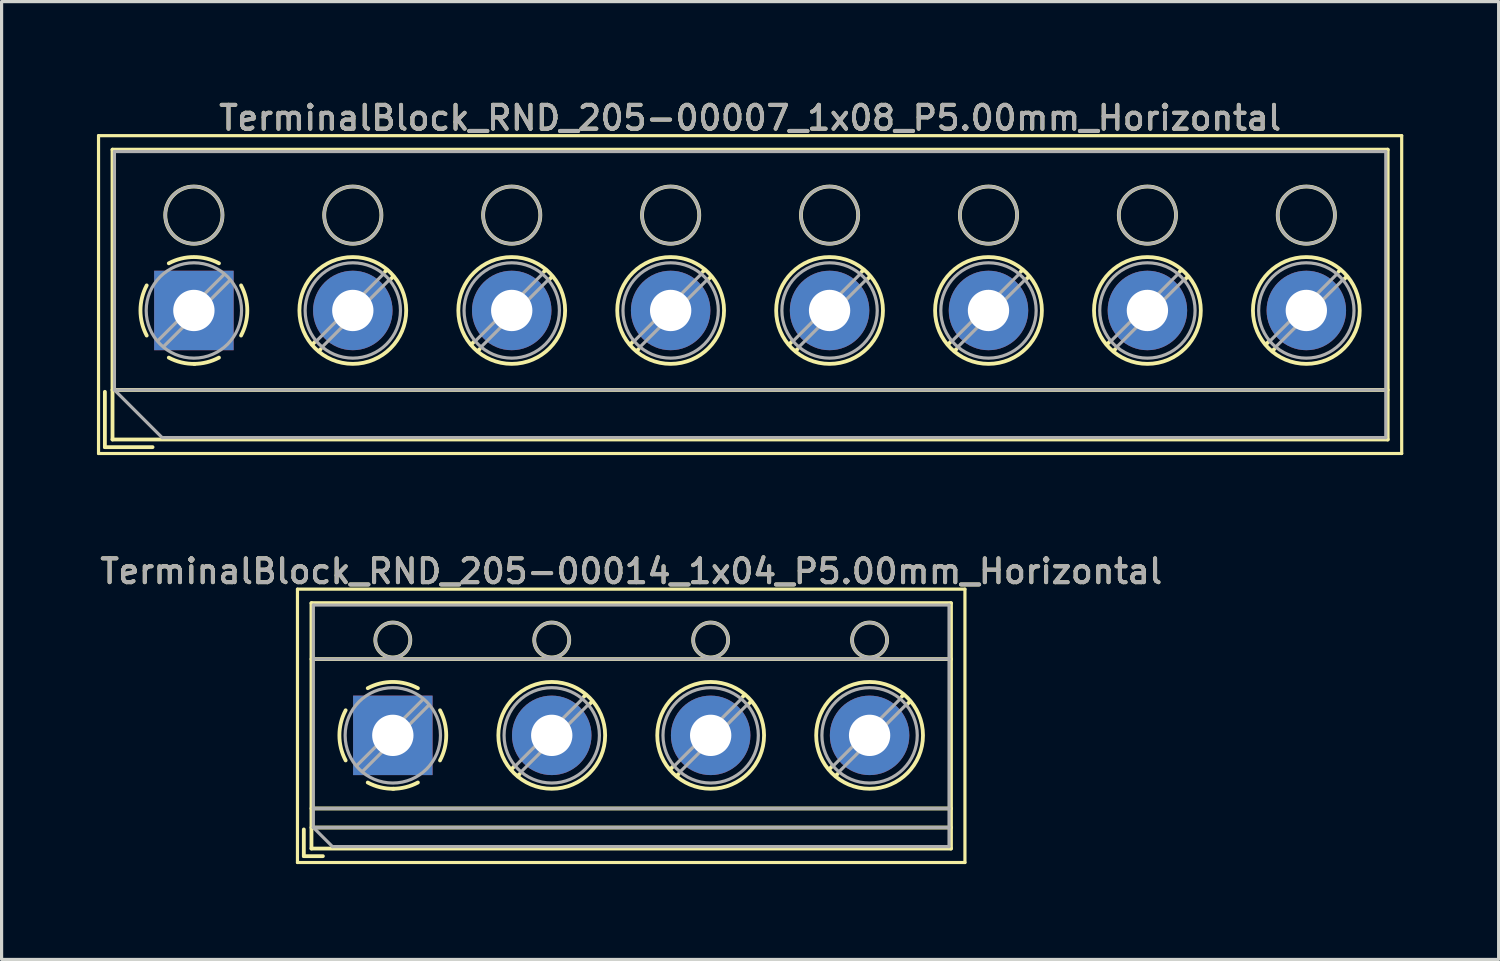
<source format=kicad_pcb>
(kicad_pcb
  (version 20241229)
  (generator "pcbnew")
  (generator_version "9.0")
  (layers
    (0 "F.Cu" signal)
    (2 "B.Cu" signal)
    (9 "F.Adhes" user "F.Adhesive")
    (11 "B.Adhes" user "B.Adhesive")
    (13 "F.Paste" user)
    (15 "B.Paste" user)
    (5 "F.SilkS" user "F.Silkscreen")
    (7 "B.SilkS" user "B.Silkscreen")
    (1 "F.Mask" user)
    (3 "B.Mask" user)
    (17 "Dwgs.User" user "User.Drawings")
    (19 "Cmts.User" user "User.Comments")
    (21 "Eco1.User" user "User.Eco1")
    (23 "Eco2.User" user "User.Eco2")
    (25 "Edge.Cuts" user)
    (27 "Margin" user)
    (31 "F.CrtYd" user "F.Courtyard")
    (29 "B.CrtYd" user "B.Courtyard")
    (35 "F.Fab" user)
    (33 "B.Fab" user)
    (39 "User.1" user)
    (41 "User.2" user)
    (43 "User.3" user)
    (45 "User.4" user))
  (footprint "TerminalBlock_RND_205-00014_1x04_P5.00mm_Horizontal"
    (layer "F.Cu")
    (at 9.309 20.086)
    (property "Reference" "TerminalBlock_RND_205-00014_1x04_P5.00mm_Horizontal" (at 7.5 -5.16 0) (layer "F.SilkS") (effects (font (size 0.75 0.75) (thickness 0.125))))
    (attr through_hole)
    (fp_line (start -3 -4.6) (end -3 4) (stroke (width 0.1) (type solid)) (layer "F.SilkS"))
    (fp_line (start -3 4) (end 18 4) (stroke (width 0.1) (type solid)) (layer "F.SilkS"))
    (fp_line (start -2.8 2.96) (end -2.8 3.8) (stroke (width 0.12) (type solid)) (layer "F.SilkS"))
    (fp_line (start -2.8 3.8) (end -2.2 3.8) (stroke (width 0.12) (type solid)) (layer "F.SilkS"))
    (fp_line (start -2.56 -4.16) (end -2.56 3.561) (stroke (width 0.12) (type solid)) (layer "F.SilkS"))
    (fp_line (start -2.56 -4.16) (end 17.561 -4.16) (stroke (width 0.12) (type solid)) (layer "F.SilkS"))
    (fp_line (start -2.56 -2.4) (end 17.561 -2.4) (stroke (width 0.12) (type solid)) (layer "F.SilkS"))
    (fp_line (start -2.56 2.3) (end 17.561 2.3) (stroke (width 0.12) (type solid)) (layer "F.SilkS"))
    (fp_line (start -2.56 2.9) (end 17.561 2.9) (stroke (width 0.12) (type solid)) (layer "F.SilkS"))
    (fp_line (start -2.56 3.561) (end 17.561 3.561) (stroke (width 0.12) (type solid)) (layer "F.SilkS"))
    (fp_line (start 3.82 0.976) (end 3.726 1.069) (stroke (width 0.12) (type solid)) (layer "F.SilkS"))
    (fp_line (start 3.99 1.216) (end 3.931 1.274) (stroke (width 0.12) (type solid)) (layer "F.SilkS"))
    (fp_line (start 6.07 -1.275) (end 6.011 -1.216) (stroke (width 0.12) (type solid)) (layer "F.SilkS"))
    (fp_line (start 6.275 -1.069) (end 6.181 -0.976) (stroke (width 0.12) (type solid)) (layer "F.SilkS"))
    (fp_line (start 8.82 0.976) (end 8.726 1.069) (stroke (width 0.12) (type solid)) (layer "F.SilkS"))
    (fp_line (start 8.99 1.216) (end 8.931 1.274) (stroke (width 0.12) (type solid)) (layer "F.SilkS"))
    (fp_line (start 11.07 -1.275) (end 11.011 -1.216) (stroke (width 0.12) (type solid)) (layer "F.SilkS"))
    (fp_line (start 11.275 -1.069) (end 11.181 -0.976) (stroke (width 0.12) (type solid)) (layer "F.SilkS"))
    (fp_line (start 13.82 0.976) (end 13.726 1.069) (stroke (width 0.12) (type solid)) (layer "F.SilkS"))
    (fp_line (start 13.99 1.216) (end 13.931 1.274) (stroke (width 0.12) (type solid)) (layer "F.SilkS"))
    (fp_line (start 16.07 -1.275) (end 16.011 -1.216) (stroke (width 0.12) (type solid)) (layer "F.SilkS"))
    (fp_line (start 16.275 -1.069) (end 16.181 -0.976) (stroke (width 0.12) (type solid)) (layer "F.SilkS"))
    (fp_line (start 17.561 -4.16) (end 17.561 3.561) (stroke (width 0.12) (type solid)) (layer "F.SilkS"))
    (fp_line (start 18 -4.6) (end -3 -4.6) (stroke (width 0.1) (type solid)) (layer "F.SilkS"))
    (fp_line (start 18 4) (end 18 -4.6) (stroke (width 0.1) (type solid)) (layer "F.SilkS"))
    (fp_arc (start -1.483953 0.789089) (mid -1.680708 0.00005) (end -1.484 -0.789) (stroke (width 0.12) (type solid)) (layer "F.SilkS"))
    (fp_arc (start -0.789089 -1.483953) (mid -0.00005 -1.680708) (end 0.789 -1.484) (stroke (width 0.12) (type solid)) (layer "F.SilkS"))
    (fp_arc (start 0.029383 1.68045) (mid -0.392304 1.634281) (end -0.789 1.484) (stroke (width 0.12) (type solid)) (layer "F.SilkS"))
    (fp_arc (start 0.788712 1.483352) (mid 0.406429 1.630097) (end 0 1.68) (stroke (width 0.12) (type solid)) (layer "F.SilkS"))
    (fp_arc (start 1.483953 -0.789089) (mid 1.680708 -0.00005) (end 1.484 0.789) (stroke (width 0.12) (type solid)) (layer "F.SilkS"))
    (fp_circle (center 0 -3) (end 0.55 -3) (stroke (width 0.12) (type solid)) (fill no) (layer "F.SilkS"))
    (fp_circle (center 5 -3) (end 5.55 -3) (stroke (width 0.12) (type solid)) (fill no) (layer "F.SilkS"))
    (fp_circle (center 5 0) (end 6.68 0) (stroke (width 0.12) (type solid)) (fill no) (layer "F.SilkS"))
    (fp_circle (center 10 -3) (end 10.55 -3) (stroke (width 0.12) (type solid)) (fill no) (layer "F.SilkS"))
    (fp_circle (center 10 0) (end 11.68 0) (stroke (width 0.12) (type solid)) (fill no) (layer "F.SilkS"))
    (fp_circle (center 15 -3) (end 15.55 -3) (stroke (width 0.12) (type solid)) (fill no) (layer "F.SilkS"))
    (fp_circle (center 15 0) (end 16.68 0) (stroke (width 0.12) (type solid)) (fill no) (layer "F.SilkS"))
    (fp_line (start -2.5 -4.1) (end 17.5 -4.1) (stroke (width 0.1) (type solid)) (layer "F.Fab"))
    (fp_line (start -2.5 -2.4) (end 17.5 -2.4) (stroke (width 0.1) (type solid)) (layer "F.Fab"))
    (fp_line (start -2.5 2.3) (end 17.5 2.3) (stroke (width 0.1) (type solid)) (layer "F.Fab"))
    (fp_line (start -2.5 2.9) (end -2.5 -4.1) (stroke (width 0.1) (type solid)) (layer "F.Fab"))
    (fp_line (start -2.5 2.9) (end 17.5 2.9) (stroke (width 0.1) (type solid)) (layer "F.Fab"))
    (fp_line (start -1.9 3.5) (end -2.5 2.9) (stroke (width 0.1) (type solid)) (layer "F.Fab"))
    (fp_line (start 0.955 -1.138) (end -1.138 0.955) (stroke (width 0.1) (type solid)) (layer "F.Fab"))
    (fp_line (start 1.138 -0.955) (end -0.955 1.138) (stroke (width 0.1) (type solid)) (layer "F.Fab"))
    (fp_line (start 5.955 -1.138) (end 3.863 0.955) (stroke (width 0.1) (type solid)) (layer "F.Fab"))
    (fp_line (start 6.138 -0.955) (end 4.046 1.138) (stroke (width 0.1) (type solid)) (layer "F.Fab"))
    (fp_line (start 10.955 -1.138) (end 8.863 0.955) (stroke (width 0.1) (type solid)) (layer "F.Fab"))
    (fp_line (start 11.138 -0.955) (end 9.046 1.138) (stroke (width 0.1) (type solid)) (layer "F.Fab"))
    (fp_line (start 15.955 -1.138) (end 13.863 0.955) (stroke (width 0.1) (type solid)) (layer "F.Fab"))
    (fp_line (start 16.138 -0.955) (end 14.046 1.138) (stroke (width 0.1) (type solid)) (layer "F.Fab"))
    (fp_line (start 17.5 -4.1) (end 17.5 3.5) (stroke (width 0.1) (type solid)) (layer "F.Fab"))
    (fp_line (start 17.5 3.5) (end -1.9 3.5) (stroke (width 0.1) (type solid)) (layer "F.Fab"))
    (fp_circle (center 0 -3) (end 0.55 -3) (stroke (width 0.1) (type solid)) (fill no) (layer "F.Fab"))
    (fp_circle (center 0 0) (end 1.5 0) (stroke (width 0.1) (type solid)) (fill no) (layer "F.Fab"))
    (fp_circle (center 5 -3) (end 5.55 -3) (stroke (width 0.1) (type solid)) (fill no) (layer "F.Fab"))
    (fp_circle (center 5 0) (end 6.5 0) (stroke (width 0.1) (type solid)) (fill no) (layer "F.Fab"))
    (fp_circle (center 10 -3) (end 10.55 -3) (stroke (width 0.1) (type solid)) (fill no) (layer "F.Fab"))
    (fp_circle (center 10 0) (end 11.5 0) (stroke (width 0.1) (type solid)) (fill no) (layer "F.Fab"))
    (fp_circle (center 15 -3) (end 15.55 -3) (stroke (width 0.1) (type solid)) (fill no) (layer "F.Fab"))
    (fp_circle (center 15 0) (end 16.5 0) (stroke (width 0.1) (type solid)) (fill no) (layer "F.Fab"))
    (fp_text user "${REFERENCE}" (at 7.5 -5.16 0) (layer "F.Fab") (effects (font (size 0.75 0.75) (thickness 0.125))))
    (pad "1" thru_hole rect (at 0 0) (size 2.5 2.5) (drill 1.3) (layers "*.Cu" "*.Mask"))
    (pad "2" thru_hole circle (at 5 0) (size 2.5 2.5) (drill 1.3) (layers "*.Cu" "*.Mask"))
    (pad "3" thru_hole circle (at 10 0) (size 2.5 2.5) (drill 1.3) (layers "*.Cu" "*.Mask"))
    (pad "4" thru_hole circle (at 15 0) (size 2.5 2.5) (drill 1.3) (layers "*.Cu" "*.Mask")))
  (footprint "TerminalBlock_RND_205-00007_1x08_P5.00mm_Horizontal"
    (layer "F.Cu")
    (at 3.05 6.718)
    (property "Reference" "TerminalBlock_RND_205-00007_1x08_P5.00mm_Horizontal" (at 17.5 -6.06 0) (layer "F.SilkS") (effects (font (size 0.75 0.75) (thickness 0.125))))
    (attr through_hole)
    (fp_line (start -3 -5.5) (end -3 4.5) (stroke (width 0.1) (type solid)) (layer "F.SilkS"))
    (fp_line (start -3 4.5) (end 38 4.5) (stroke (width 0.1) (type solid)) (layer "F.SilkS"))
    (fp_line (start -2.8 2.56) (end -2.8 4.3) (stroke (width 0.12) (type solid)) (layer "F.SilkS"))
    (fp_line (start -2.8 4.3) (end -1.3 4.3) (stroke (width 0.12) (type solid)) (layer "F.SilkS"))
    (fp_line (start -2.56 -5.06) (end -2.56 4.06) (stroke (width 0.12) (type solid)) (layer "F.SilkS"))
    (fp_line (start -2.56 -5.06) (end 37.56 -5.06) (stroke (width 0.12) (type solid)) (layer "F.SilkS"))
    (fp_line (start -2.56 2.5) (end 37.56 2.5) (stroke (width 0.12) (type solid)) (layer "F.SilkS"))
    (fp_line (start -2.56 4.06) (end 37.56 4.06) (stroke (width 0.12) (type solid)) (layer "F.SilkS"))
    (fp_line (start 3.82 0.976) (end 3.726 1.069) (stroke (width 0.12) (type solid)) (layer "F.SilkS"))
    (fp_line (start 3.99 1.216) (end 3.931 1.274) (stroke (width 0.12) (type solid)) (layer "F.SilkS"))
    (fp_line (start 6.07 -1.275) (end 6.011 -1.216) (stroke (width 0.12) (type solid)) (layer "F.SilkS"))
    (fp_line (start 6.275 -1.069) (end 6.181 -0.976) (stroke (width 0.12) (type solid)) (layer "F.SilkS"))
    (fp_line (start 8.82 0.976) (end 8.726 1.069) (stroke (width 0.12) (type solid)) (layer "F.SilkS"))
    (fp_line (start 8.99 1.216) (end 8.931 1.274) (stroke (width 0.12) (type solid)) (layer "F.SilkS"))
    (fp_line (start 11.07 -1.275) (end 11.011 -1.216) (stroke (width 0.12) (type solid)) (layer "F.SilkS"))
    (fp_line (start 11.275 -1.069) (end 11.181 -0.976) (stroke (width 0.12) (type solid)) (layer "F.SilkS"))
    (fp_line (start 13.82 0.976) (end 13.726 1.069) (stroke (width 0.12) (type solid)) (layer "F.SilkS"))
    (fp_line (start 13.99 1.216) (end 13.931 1.274) (stroke (width 0.12) (type solid)) (layer "F.SilkS"))
    (fp_line (start 16.07 -1.275) (end 16.011 -1.216) (stroke (width 0.12) (type solid)) (layer "F.SilkS"))
    (fp_line (start 16.275 -1.069) (end 16.181 -0.976) (stroke (width 0.12) (type solid)) (layer "F.SilkS"))
    (fp_line (start 18.82 0.976) (end 18.726 1.069) (stroke (width 0.12) (type solid)) (layer "F.SilkS"))
    (fp_line (start 18.99 1.216) (end 18.931 1.274) (stroke (width 0.12) (type solid)) (layer "F.SilkS"))
    (fp_line (start 21.07 -1.275) (end 21.011 -1.216) (stroke (width 0.12) (type solid)) (layer "F.SilkS"))
    (fp_line (start 21.275 -1.069) (end 21.181 -0.976) (stroke (width 0.12) (type solid)) (layer "F.SilkS"))
    (fp_line (start 23.82 0.976) (end 23.726 1.069) (stroke (width 0.12) (type solid)) (layer "F.SilkS"))
    (fp_line (start 23.99 1.216) (end 23.931 1.274) (stroke (width 0.12) (type solid)) (layer "F.SilkS"))
    (fp_line (start 26.07 -1.275) (end 26.011 -1.216) (stroke (width 0.12) (type solid)) (layer "F.SilkS"))
    (fp_line (start 26.275 -1.069) (end 26.181 -0.976) (stroke (width 0.12) (type solid)) (layer "F.SilkS"))
    (fp_line (start 28.82 0.976) (end 28.726 1.069) (stroke (width 0.12) (type solid)) (layer "F.SilkS"))
    (fp_line (start 28.99 1.216) (end 28.931 1.274) (stroke (width 0.12) (type solid)) (layer "F.SilkS"))
    (fp_line (start 31.07 -1.275) (end 31.011 -1.216) (stroke (width 0.12) (type solid)) (layer "F.SilkS"))
    (fp_line (start 31.275 -1.069) (end 31.181 -0.976) (stroke (width 0.12) (type solid)) (layer "F.SilkS"))
    (fp_line (start 33.82 0.976) (end 33.726 1.069) (stroke (width 0.12) (type solid)) (layer "F.SilkS"))
    (fp_line (start 33.99 1.216) (end 33.931 1.274) (stroke (width 0.12) (type solid)) (layer "F.SilkS"))
    (fp_line (start 36.07 -1.275) (end 36.011 -1.216) (stroke (width 0.12) (type solid)) (layer "F.SilkS"))
    (fp_line (start 36.275 -1.069) (end 36.181 -0.976) (stroke (width 0.12) (type solid)) (layer "F.SilkS"))
    (fp_line (start 37.56 -5.06) (end 37.56 4.06) (stroke (width 0.12) (type solid)) (layer "F.SilkS"))
    (fp_line (start 38 -5.5) (end -3 -5.5) (stroke (width 0.1) (type solid)) (layer "F.SilkS"))
    (fp_line (start 38 4.5) (end 38 -5.5) (stroke (width 0.1) (type solid)) (layer "F.SilkS"))
    (fp_arc (start -1.483953 0.789089) (mid -1.680708 0.00005) (end -1.484 -0.789) (stroke (width 0.12) (type solid)) (layer "F.SilkS"))
    (fp_arc (start -0.789089 -1.483953) (mid -0.00005 -1.680708) (end 0.789 -1.484) (stroke (width 0.12) (type solid)) (layer "F.SilkS"))
    (fp_arc (start 0.029383 1.68045) (mid -0.392304 1.634281) (end -0.789 1.484) (stroke (width 0.12) (type solid)) (layer "F.SilkS"))
    (fp_arc (start 0.788712 1.483352) (mid 0.406429 1.630097) (end 0 1.68) (stroke (width 0.12) (type solid)) (layer "F.SilkS"))
    (fp_arc (start 1.483953 -0.789089) (mid 1.680708 -0.00005) (end 1.484 0.789) (stroke (width 0.12) (type solid)) (layer "F.SilkS"))
    (fp_circle (center 0 -3) (end 0.9 -3) (stroke (width 0.12) (type solid)) (fill no) (layer "F.SilkS"))
    (fp_circle (center 5 -3) (end 5.9 -3) (stroke (width 0.12) (type solid)) (fill no) (layer "F.SilkS"))
    (fp_circle (center 5 0) (end 6.68 0) (stroke (width 0.12) (type solid)) (fill no) (layer "F.SilkS"))
    (fp_circle (center 10 -3) (end 10.9 -3) (stroke (width 0.12) (type solid)) (fill no) (layer "F.SilkS"))
    (fp_circle (center 10 0) (end 11.68 0) (stroke (width 0.12) (type solid)) (fill no) (layer "F.SilkS"))
    (fp_circle (center 15 -3) (end 15.9 -3) (stroke (width 0.12) (type solid)) (fill no) (layer "F.SilkS"))
    (fp_circle (center 15 0) (end 16.68 0) (stroke (width 0.12) (type solid)) (fill no) (layer "F.SilkS"))
    (fp_circle (center 20 -3) (end 20.9 -3) (stroke (width 0.12) (type solid)) (fill no) (layer "F.SilkS"))
    (fp_circle (center 20 0) (end 21.68 0) (stroke (width 0.12) (type solid)) (fill no) (layer "F.SilkS"))
    (fp_circle (center 25 -3) (end 25.9 -3) (stroke (width 0.12) (type solid)) (fill no) (layer "F.SilkS"))
    (fp_circle (center 25 0) (end 26.68 0) (stroke (width 0.12) (type solid)) (fill no) (layer "F.SilkS"))
    (fp_circle (center 30 -3) (end 30.9 -3) (stroke (width 0.12) (type solid)) (fill no) (layer "F.SilkS"))
    (fp_circle (center 30 0) (end 31.68 0) (stroke (width 0.12) (type solid)) (fill no) (layer "F.SilkS"))
    (fp_circle (center 35 -3) (end 35.9 -3) (stroke (width 0.12) (type solid)) (fill no) (layer "F.SilkS"))
    (fp_circle (center 35 0) (end 36.68 0) (stroke (width 0.12) (type solid)) (fill no) (layer "F.SilkS"))
    (fp_line (start -2.5 -5) (end 37.5 -5) (stroke (width 0.1) (type solid)) (layer "F.Fab"))
    (fp_line (start -2.5 2.5) (end -2.5 -5) (stroke (width 0.1) (type solid)) (layer "F.Fab"))
    (fp_line (start -2.5 2.5) (end 37.5 2.5) (stroke (width 0.1) (type solid)) (layer "F.Fab"))
    (fp_line (start -1 4) (end -2.5 2.5) (stroke (width 0.1) (type solid)) (layer "F.Fab"))
    (fp_line (start 0.955 -1.138) (end -1.138 0.955) (stroke (width 0.1) (type solid)) (layer "F.Fab"))
    (fp_line (start 1.138 -0.955) (end -0.955 1.138) (stroke (width 0.1) (type solid)) (layer "F.Fab"))
    (fp_line (start 5.955 -1.138) (end 3.863 0.955) (stroke (width 0.1) (type solid)) (layer "F.Fab"))
    (fp_line (start 6.138 -0.955) (end 4.046 1.138) (stroke (width 0.1) (type solid)) (layer "F.Fab"))
    (fp_line (start 10.955 -1.138) (end 8.863 0.955) (stroke (width 0.1) (type solid)) (layer "F.Fab"))
    (fp_line (start 11.138 -0.955) (end 9.046 1.138) (stroke (width 0.1) (type solid)) (layer "F.Fab"))
    (fp_line (start 15.955 -1.138) (end 13.863 0.955) (stroke (width 0.1) (type solid)) (layer "F.Fab"))
    (fp_line (start 16.138 -0.955) (end 14.046 1.138) (stroke (width 0.1) (type solid)) (layer "F.Fab"))
    (fp_line (start 20.955 -1.138) (end 18.863 0.955) (stroke (width 0.1) (type solid)) (layer "F.Fab"))
    (fp_line (start 21.138 -0.955) (end 19.046 1.138) (stroke (width 0.1) (type solid)) (layer "F.Fab"))
    (fp_line (start 25.955 -1.138) (end 23.863 0.955) (stroke (width 0.1) (type solid)) (layer "F.Fab"))
    (fp_line (start 26.138 -0.955) (end 24.046 1.138) (stroke (width 0.1) (type solid)) (layer "F.Fab"))
    (fp_line (start 30.955 -1.138) (end 28.863 0.955) (stroke (width 0.1) (type solid)) (layer "F.Fab"))
    (fp_line (start 31.138 -0.955) (end 29.046 1.138) (stroke (width 0.1) (type solid)) (layer "F.Fab"))
    (fp_line (start 35.955 -1.138) (end 33.863 0.955) (stroke (width 0.1) (type solid)) (layer "F.Fab"))
    (fp_line (start 36.138 -0.955) (end 34.046 1.138) (stroke (width 0.1) (type solid)) (layer "F.Fab"))
    (fp_line (start 37.5 -5) (end 37.5 4) (stroke (width 0.1) (type solid)) (layer "F.Fab"))
    (fp_line (start 37.5 4) (end -1 4) (stroke (width 0.1) (type solid)) (layer "F.Fab"))
    (fp_circle (center 0 -3) (end 0.9 -3) (stroke (width 0.1) (type solid)) (fill no) (layer "F.Fab"))
    (fp_circle (center 0 0) (end 1.5 0) (stroke (width 0.1) (type solid)) (fill no) (layer "F.Fab"))
    (fp_circle (center 5 -3) (end 5.9 -3) (stroke (width 0.1) (type solid)) (fill no) (layer "F.Fab"))
    (fp_circle (center 5 0) (end 6.5 0) (stroke (width 0.1) (type solid)) (fill no) (layer "F.Fab"))
    (fp_circle (center 10 -3) (end 10.9 -3) (stroke (width 0.1) (type solid)) (fill no) (layer "F.Fab"))
    (fp_circle (center 10 0) (end 11.5 0) (stroke (width 0.1) (type solid)) (fill no) (layer "F.Fab"))
    (fp_circle (center 15 -3) (end 15.9 -3) (stroke (width 0.1) (type solid)) (fill no) (layer "F.Fab"))
    (fp_circle (center 15 0) (end 16.5 0) (stroke (width 0.1) (type solid)) (fill no) (layer "F.Fab"))
    (fp_circle (center 20 -3) (end 20.9 -3) (stroke (width 0.1) (type solid)) (fill no) (layer "F.Fab"))
    (fp_circle (center 20 0) (end 21.5 0) (stroke (width 0.1) (type solid)) (fill no) (layer "F.Fab"))
    (fp_circle (center 25 -3) (end 25.9 -3) (stroke (width 0.1) (type solid)) (fill no) (layer "F.Fab"))
    (fp_circle (center 25 0) (end 26.5 0) (stroke (width 0.1) (type solid)) (fill no) (layer "F.Fab"))
    (fp_circle (center 30 -3) (end 30.9 -3) (stroke (width 0.1) (type solid)) (fill no) (layer "F.Fab"))
    (fp_circle (center 30 0) (end 31.5 0) (stroke (width 0.1) (type solid)) (fill no) (layer "F.Fab"))
    (fp_circle (center 35 -3) (end 35.9 -3) (stroke (width 0.1) (type solid)) (fill no) (layer "F.Fab"))
    (fp_circle (center 35 0) (end 36.5 0) (stroke (width 0.1) (type solid)) (fill no) (layer "F.Fab"))
    (fp_text user "${REFERENCE}" (at 17.5 -6.06 0) (layer "F.Fab") (effects (font (size 0.75 0.75) (thickness 0.125))))
    (pad "1" thru_hole rect (at 0 0) (size 2.5 2.5) (drill 1.3) (layers "*.Cu" "*.Mask"))
    (pad "2" thru_hole circle (at 5 0) (size 2.5 2.5) (drill 1.3) (layers "*.Cu" "*.Mask"))
    (pad "3" thru_hole circle (at 10 0) (size 2.5 2.5) (drill 1.3) (layers "*.Cu" "*.Mask"))
    (pad "4" thru_hole circle (at 15 0) (size 2.5 2.5) (drill 1.3) (layers "*.Cu" "*.Mask"))
    (pad "5" thru_hole circle (at 20 0) (size 2.5 2.5) (drill 1.3) (layers "*.Cu" "*.Mask"))
    (pad "6" thru_hole circle (at 25 0) (size 2.5 2.5) (drill 1.3) (layers "*.Cu" "*.Mask"))
    (pad "7" thru_hole circle (at 30 0) (size 2.5 2.5) (drill 1.3) (layers "*.Cu" "*.Mask"))
    (pad "8" thru_hole circle (at 35 0) (size 2.5 2.5) (drill 1.3) (layers "*.Cu" "*.Mask")))
  (gr_rect
    (start -3 -3)
    (end 44.1 27.136)
    (stroke (width 0.1) (type default))
    (fill no)
    (layer "Edge.Cuts")))
</source>
